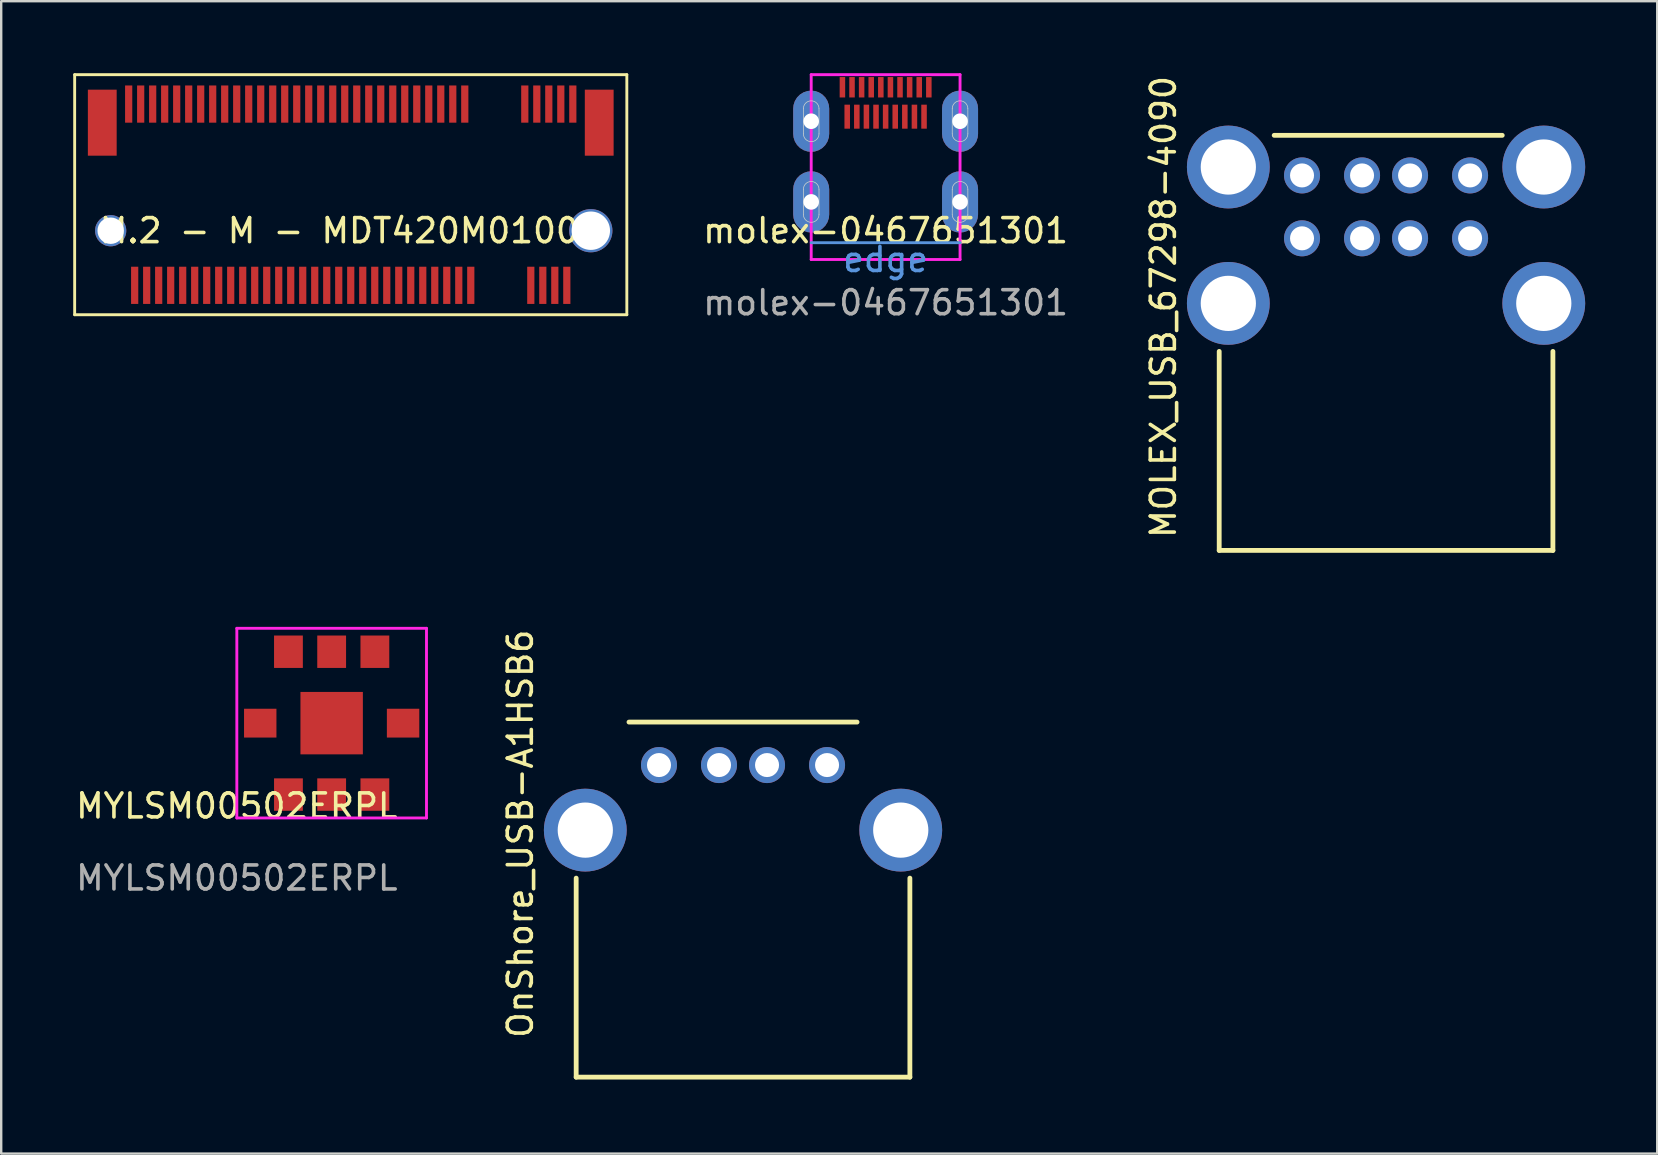
<source format=kicad_pcb>
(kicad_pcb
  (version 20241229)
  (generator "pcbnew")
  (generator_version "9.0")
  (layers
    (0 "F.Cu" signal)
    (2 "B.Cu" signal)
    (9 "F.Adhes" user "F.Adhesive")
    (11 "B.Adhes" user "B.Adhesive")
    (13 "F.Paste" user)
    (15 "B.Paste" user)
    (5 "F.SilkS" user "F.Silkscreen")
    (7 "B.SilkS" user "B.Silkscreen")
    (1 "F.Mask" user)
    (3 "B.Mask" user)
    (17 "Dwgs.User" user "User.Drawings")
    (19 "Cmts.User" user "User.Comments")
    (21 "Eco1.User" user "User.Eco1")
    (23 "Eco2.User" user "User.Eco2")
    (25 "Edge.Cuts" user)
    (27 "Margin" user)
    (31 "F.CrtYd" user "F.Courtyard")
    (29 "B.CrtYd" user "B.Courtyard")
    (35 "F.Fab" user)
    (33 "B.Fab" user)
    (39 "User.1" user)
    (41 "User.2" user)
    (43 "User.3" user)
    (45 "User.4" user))
  (footprint "OnShore_USB-A1HSB6"
    (layer "F.Cu")
    (at 27.9 31.528)
    (property "Reference" "OnShore_USB-A1HSB6" (at -9.275 0.15 90) (layer "F.SilkS") (effects (font (size 1.002 1.002) (thickness 0.15))))
    (attr through_hole)
    (fp_line (start -6.95 10.29) (end -6.95 2) (stroke (width 0.2) (type solid)) (layer "F.SilkS"))
    (fp_line (start -6.95 10.29) (end 6.95 10.29) (stroke (width 0.2) (type solid)) (layer "F.SilkS"))
    (fp_line (start -4.75 -4.5) (end 4.75 -4.5) (stroke (width 0.2) (type solid)) (layer "F.SilkS"))
    (fp_line (start 6.95 2) (end 6.95 10.29) (stroke (width 0.2) (type solid)) (layer "F.SilkS"))
    (fp_line (start -7.8 -1.25) (end -7.2 -1.25) (stroke (width 0.05) (type solid)) (layer "Eco1.User"))
    (fp_line (start -7.8 1.25) (end -7.8 -1.25) (stroke (width 0.05) (type solid)) (layer "Eco1.User"))
    (fp_line (start -7.2 -1.25) (end -7.2 -4.5) (stroke (width 0.05) (type solid)) (layer "Eco1.User"))
    (fp_line (start -7.2 1.25) (end -7.8 1.25) (stroke (width 0.05) (type solid)) (layer "Eco1.User"))
    (fp_line (start -7.2 10.45) (end -7.2 1.25) (stroke (width 0.05) (type solid)) (layer "Eco1.User"))
    (fp_line (start 7.2 -4.5) (end -7.2 -4.5) (stroke (width 0.05) (type solid)) (layer "Eco1.User"))
    (fp_line (start 7.2 -4.5) (end 7.2 -1.25) (stroke (width 0.05) (type solid)) (layer "Eco1.User"))
    (fp_line (start 7.2 -1.25) (end 7.8 -1.25) (stroke (width 0.05) (type solid)) (layer "Eco1.User"))
    (fp_line (start 7.2 1.25) (end 7.2 10.45) (stroke (width 0.05) (type solid)) (layer "Eco1.User"))
    (fp_line (start 7.2 10.45) (end -7.2 10.45) (stroke (width 0.05) (type solid)) (layer "Eco1.User"))
    (fp_line (start 7.8 -1.25) (end 7.8 1.25) (stroke (width 0.05) (type solid)) (layer "Eco1.User"))
    (fp_line (start 7.8 1.25) (end 7.2 1.25) (stroke (width 0.05) (type solid)) (layer "Eco1.User"))
    (pad "1" thru_hole circle (at -3.5 -2.71) (size 1.5 1.5) (drill 1) (layers "*.Cu" "*.Mask"))
    (pad "2" thru_hole circle (at -1 -2.71) (size 1.5 1.5) (drill 1) (layers "*.Cu" "*.Mask"))
    (pad "3" thru_hole circle (at 1 -2.71) (size 1.5 1.5) (drill 1) (layers "*.Cu" "*.Mask"))
    (pad "4" thru_hole circle (at 3.5 -2.71) (size 1.5 1.5) (drill 1) (layers "*.Cu" "*.Mask"))
    (pad "5" thru_hole circle (at -6.57 0) (size 3.45 3.45) (drill 2.3) (layers "*.Cu" "*.Mask"))
    (pad "5" thru_hole circle (at 6.57 0) (size 3.45 3.45) (drill 2.3) (layers "*.Cu" "*.Mask")))
  (footprint "MOLEX_USB_67298-4090"
    (layer "F.Cu")
    (at 54.685 9.587)
    (property "Reference" "MOLEX_USB_67298-4090" (at -9.275 0.15 90) (layer "F.SilkS") (effects (font (size 1.002 1.002) (thickness 0.15))))
    (attr through_hole)
    (fp_line (start -6.95 10.29) (end -6.95 2) (stroke (width 0.2) (type solid)) (layer "F.SilkS"))
    (fp_line (start -6.95 10.29) (end 6.95 10.29) (stroke (width 0.2) (type solid)) (layer "F.SilkS"))
    (fp_line (start -4.66 -7) (end 4.84 -7) (stroke (width 0.2) (type solid)) (layer "F.SilkS"))
    (fp_line (start 6.95 2) (end 6.95 10.29) (stroke (width 0.2) (type solid)) (layer "F.SilkS"))
    (fp_line (start -7.8 -7.25) (end 7.8 -7.25) (stroke (width 0.05) (type solid)) (layer "Eco1.User"))
    (fp_line (start -7.8 -4.5) (end -7.8 -7.25) (stroke (width 0.05) (type solid)) (layer "Eco1.User"))
    (fp_line (start -7.8 -1.25) (end -7.2 -1.25) (stroke (width 0.05) (type solid)) (layer "Eco1.User"))
    (fp_line (start -7.8 1.25) (end -7.8 -1.25) (stroke (width 0.05) (type solid)) (layer "Eco1.User"))
    (fp_line (start -7.2 -4.5) (end -7.8 -4.5) (stroke (width 0.05) (type solid)) (layer "Eco1.User"))
    (fp_line (start -7.2 -1.25) (end -7.2 -4.5) (stroke (width 0.05) (type solid)) (layer "Eco1.User"))
    (fp_line (start -7.2 1.25) (end -7.8 1.25) (stroke (width 0.05) (type solid)) (layer "Eco1.User"))
    (fp_line (start -7.2 10.45) (end -7.2 1.25) (stroke (width 0.05) (type solid)) (layer "Eco1.User"))
    (fp_line (start 7.2 -4.5) (end 7.2 -1.25) (stroke (width 0.05) (type solid)) (layer "Eco1.User"))
    (fp_line (start 7.2 -1.25) (end 7.8 -1.25) (stroke (width 0.05) (type solid)) (layer "Eco1.User"))
    (fp_line (start 7.2 1.25) (end 7.2 10.45) (stroke (width 0.05) (type solid)) (layer "Eco1.User"))
    (fp_line (start 7.2 10.45) (end -7.2 10.45) (stroke (width 0.05) (type solid)) (layer "Eco1.User"))
    (fp_line (start 7.8 -7.25) (end 7.8 -4.5) (stroke (width 0.05) (type solid)) (layer "Eco1.User"))
    (fp_line (start 7.8 -4.5) (end 7.2 -4.5) (stroke (width 0.05) (type solid)) (layer "Eco1.User"))
    (fp_line (start 7.8 -1.25) (end 7.8 1.25) (stroke (width 0.05) (type solid)) (layer "Eco1.User"))
    (fp_line (start 7.8 1.25) (end 7.2 1.25) (stroke (width 0.05) (type solid)) (layer "Eco1.User"))
    (pad "1" thru_hole circle (at -3.5 -5.33) (size 1.5 1.5) (drill 1) (layers "*.Cu" "*.Mask"))
    (pad "2" thru_hole circle (at -1 -5.33) (size 1.5 1.5) (drill 1) (layers "*.Cu" "*.Mask"))
    (pad "3" thru_hole circle (at 1 -5.33) (size 1.5 1.5) (drill 1) (layers "*.Cu" "*.Mask"))
    (pad "4" thru_hole circle (at 3.5 -5.33) (size 1.5 1.5) (drill 1) (layers "*.Cu" "*.Mask"))
    (pad "5" thru_hole circle (at -3.5 -2.71) (size 1.5 1.5) (drill 1) (layers "*.Cu" "*.Mask"))
    (pad "6" thru_hole circle (at -1 -2.71) (size 1.5 1.5) (drill 1) (layers "*.Cu" "*.Mask"))
    (pad "7" thru_hole circle (at 1 -2.71) (size 1.5 1.5) (drill 1) (layers "*.Cu" "*.Mask"))
    (pad "8" thru_hole circle (at 3.5 -2.71) (size 1.5 1.5) (drill 1) (layers "*.Cu" "*.Mask"))
    (pad "MT1" thru_hole circle (at -6.57 0) (size 3.45 3.45) (drill 2.3) (layers "*.Cu" "*.Mask"))
    (pad "MT2" thru_hole circle (at 6.57 0) (size 3.45 3.45) (drill 2.3) (layers "*.Cu" "*.Mask"))
    (pad "MT3" thru_hole circle (at -6.57 -5.68) (size 3.45 3.45) (drill 2.3) (layers "*.Cu" "*.Mask"))
    (pad "MT4" thru_hole circle (at 6.57 -5.68) (size 3.45 3.45) (drill 2.3) (layers "*.Cu" "*.Mask")))
  (footprint "molex-0467651301"
    (layer "F.Cu")
    (at 33.84 7.06)
    (property "Reference" "molex-0467651301" (at 0 -0.5 0) (unlocked yes) (layer "F.SilkS") (effects (font (size 1 1) (thickness 0.15))))
    (fp_line (start -3.1 0) (end 3.1 0) (stroke (width 0.12) (type solid)) (layer "Cmts.User"))
    (fp_line (start -3.425 -5.585) (end -3.425 -4.535) (stroke (width 0.03) (type solid)) (layer "Edge.Cuts"))
    (fp_line (start -3.425 -2.225) (end -3.425 -1.175) (stroke (width 0.03) (type solid)) (layer "Edge.Cuts"))
    (fp_line (start -2.775 -4.535) (end -2.775 -5.585) (stroke (width 0.03) (type solid)) (layer "Edge.Cuts"))
    (fp_line (start -2.775 -1.175) (end -2.775 -2.225) (stroke (width 0.03) (type solid)) (layer "Edge.Cuts"))
    (fp_line (start 2.775 -5.585) (end 2.775 -4.535) (stroke (width 0.03) (type solid)) (layer "Edge.Cuts"))
    (fp_line (start 2.775 -2.225) (end 2.775 -1.175) (stroke (width 0.03) (type solid)) (layer "Edge.Cuts"))
    (fp_line (start 3.425 -4.535) (end 3.425 -5.585) (stroke (width 0.03) (type solid)) (layer "Edge.Cuts"))
    (fp_line (start 3.425 -1.175) (end 3.425 -2.225) (stroke (width 0.03) (type solid)) (layer "Edge.Cuts"))
    (fp_arc (start -3.425 -5.585) (mid -3.1 -5.91) (end -2.775 -5.585) (stroke (width 0.03) (type solid)) (layer "Edge.Cuts"))
    (fp_arc (start -3.425 -2.225) (mid -3.1 -2.55) (end -2.775 -2.225) (stroke (width 0.03) (type solid)) (layer "Edge.Cuts"))
    (fp_arc (start -2.775 -4.535) (mid -3.1 -4.21) (end -3.425 -4.535) (stroke (width 0.03) (type solid)) (layer "Edge.Cuts"))
    (fp_arc (start -2.775 -1.175) (mid -3.1 -0.85) (end -3.425 -1.175) (stroke (width 0.03) (type solid)) (layer "Edge.Cuts"))
    (fp_arc (start 2.775 -5.585) (mid 3.1 -5.91) (end 3.425 -5.585) (stroke (width 0.03) (type solid)) (layer "Edge.Cuts"))
    (fp_arc (start 2.775 -2.225) (mid 3.1 -2.55) (end 3.425 -2.225) (stroke (width 0.03) (type solid)) (layer "Edge.Cuts"))
    (fp_arc (start 3.425 -4.535) (mid 3.1 -4.21) (end 2.775 -4.535) (stroke (width 0.03) (type solid)) (layer "Edge.Cuts"))
    (fp_arc (start 3.425 -1.175) (mid 3.1 -0.85) (end 2.775 -1.175) (stroke (width 0.03) (type solid)) (layer "Edge.Cuts"))
    (fp_line (start -3.1 -7) (end -3.1 0.7) (stroke (width 0.12) (type solid)) (layer "F.CrtYd"))
    (fp_line (start -3.1 0.7) (end 3.1 0.7) (stroke (width 0.12) (type solid)) (layer "F.CrtYd"))
    (fp_line (start 3.1 -7) (end -3.1 -7) (stroke (width 0.12) (type solid)) (layer "F.CrtYd"))
    (fp_line (start 3.1 0.7) (end 3.1 -7) (stroke (width 0.12) (type solid)) (layer "F.CrtYd"))
    (fp_text user "edge" (at 0 0.7 0) (unlocked yes) (layer "Cmts.User") (effects (font (size 1 1) (thickness 0.15))))
    (fp_text user "${REFERENCE}" (at 0 2.5 0) (unlocked yes) (layer "F.Fab") (effects (font (size 1 1) (thickness 0.15))))
    (pad "1" smd rect (at 1.8 -6.475) (size 0.23 0.85) (layers "F.Cu" "F.Mask" "F.Paste"))
    (pad "2" smd rect (at 1.6 -5.25) (size 0.23 1) (layers "F.Cu" "F.Mask" "F.Paste"))
    (pad "3" smd rect (at 1.4 -6.475) (size 0.23 0.85) (layers "F.Cu" "F.Mask" "F.Paste"))
    (pad "4" smd rect (at 1.2 -5.25) (size 0.23 1) (layers "F.Cu" "F.Mask" "F.Paste"))
    (pad "5" smd rect (at 1 -6.475) (size 0.23 0.85) (layers "F.Cu" "F.Mask" "F.Paste"))
    (pad "6" smd rect (at 0.8 -5.25) (size 0.23 1) (layers "F.Cu" "F.Mask" "F.Paste"))
    (pad "7" smd rect (at 0.6 -6.475) (size 0.23 0.85) (layers "F.Cu" "F.Mask" "F.Paste"))
    (pad "8" smd rect (at 0.4 -5.25) (size 0.23 1) (layers "F.Cu" "F.Mask" "F.Paste"))
    (pad "9" smd rect (at 0.2 -6.475) (size 0.23 0.85) (layers "F.Cu" "F.Mask" "F.Paste"))
    (pad "10" smd rect (at 0 -5.25) (size 0.23 1) (layers "F.Cu" "F.Mask" "F.Paste"))
    (pad "11" smd rect (at -0.2 -6.475) (size 0.23 0.85) (layers "F.Cu" "F.Mask" "F.Paste"))
    (pad "12" smd rect (at -0.4 -5.25) (size 0.23 1) (layers "F.Cu" "F.Mask" "F.Paste"))
    (pad "13" smd rect (at -0.6 -6.475) (size 0.23 0.85) (layers "F.Cu" "F.Mask" "F.Paste"))
    (pad "14" smd rect (at -0.8 -5.25) (size 0.23 1) (layers "F.Cu" "F.Mask" "F.Paste"))
    (pad "15" smd rect (at -1 -6.475) (size 0.23 0.85) (layers "F.Cu" "F.Mask" "F.Paste"))
    (pad "16" smd rect (at -1.2 -5.25) (size 0.23 1) (layers "F.Cu" "F.Mask" "F.Paste"))
    (pad "17" smd rect (at -1.4 -6.475) (size 0.23 0.85) (layers "F.Cu" "F.Mask" "F.Paste"))
    (pad "18" smd rect (at -1.6 -5.25) (size 0.23 1) (layers "F.Cu" "F.Mask" "F.Paste"))
    (pad "19" smd rect (at -1.8 -6.475) (size 0.23 0.85) (layers "F.Cu" "F.Mask" "F.Paste"))
    (pad "SHLD" thru_hole roundrect (at -3.1 -5.06) (size 1.5 2.55) (drill 0.65) (layers "*.Cu" "*.Mask") (roundrect_rratio 0.5))
    (pad "SHLD" thru_hole roundrect (at -3.1 -1.7) (size 1.5 2.55) (drill 0.65) (layers "*.Cu" "*.Mask") (roundrect_rratio 0.5))
    (pad "SHLD" thru_hole roundrect (at 3.1 -5.06) (size 1.5 2.55) (drill 0.65) (layers "*.Cu" "*.Mask") (roundrect_rratio 0.5))
    (pad "SHLD" thru_hole roundrect (at 3.1 -1.7) (size 1.5 2.55) (drill 0.65) (layers "*.Cu" "*.Mask") (roundrect_rratio 0.5)))
  (footprint "M.2 - M - MDT420M01002"
    (layer "F.Cu")
    (at 11.56 6.56)
    (property "Reference" "M.2 - M - MDT420M01002" (at 0 0 0) (layer "F.SilkS") (effects (font (size 1 1) (thickness 0.15))))
    (fp_line (start -11.5 -6.5) (end 11.5 -6.5) (stroke (width 0.12) (type solid)) (layer "F.SilkS"))
    (fp_line (start -11.5 3.5) (end -11.5 -6.5) (stroke (width 0.12) (type solid)) (layer "F.SilkS"))
    (fp_line (start 11.5 -6.5) (end 11.5 3.5) (stroke (width 0.12) (type solid)) (layer "F.SilkS"))
    (fp_line (start 11.5 3.5) (end -11.5 3.5) (stroke (width 0.12) (type solid)) (layer "F.SilkS"))
    (pad "" smd rect (at -10.35 -4.5) (size 1.2 2.75) (layers "F.Cu" "F.Mask" "F.Paste"))
    (pad "" np_thru_hole circle (at -10 0) (size 1.3 1.3) (drill 1.1) (layers "*.Cu" "*.Mask"))
    (pad "" np_thru_hole circle (at 10 0) (size 1.8 1.8) (drill 1.6) (layers "*.Cu" "*.Mask"))
    (pad "" smd rect (at 10.35 -4.5) (size 1.2 2.75) (layers "F.Cu" "F.Mask" "F.Paste"))
    (pad "1" smd rect (at -9.25 -5.275) (size 0.3 1.55) (layers "F.Cu" "F.Mask" "F.Paste"))
    (pad "2" smd rect (at -9 2.275) (size 0.3 1.55) (layers "F.Cu" "F.Mask" "F.Paste"))
    (pad "3" smd rect (at -8.75 -5.275) (size 0.3 1.55) (layers "F.Cu" "F.Mask" "F.Paste"))
    (pad "4" smd rect (at -8.5 2.275) (size 0.3 1.55) (layers "F.Cu" "F.Mask" "F.Paste"))
    (pad "5" smd rect (at -8.25 -5.275) (size 0.3 1.55) (layers "F.Cu" "F.Mask" "F.Paste"))
    (pad "6" smd rect (at -8 2.275) (size 0.3 1.55) (layers "F.Cu" "F.Mask" "F.Paste"))
    (pad "7" smd rect (at -7.75 -5.275) (size 0.3 1.55) (layers "F.Cu" "F.Mask" "F.Paste"))
    (pad "8" smd rect (at -7.5 2.275) (size 0.3 1.55) (layers "F.Cu" "F.Mask" "F.Paste"))
    (pad "9" smd rect (at -7.25 -5.275) (size 0.3 1.55) (layers "F.Cu" "F.Mask" "F.Paste"))
    (pad "10" smd rect (at -7 2.275) (size 0.3 1.55) (layers "F.Cu" "F.Mask" "F.Paste"))
    (pad "11" smd rect (at -6.75 -5.275) (size 0.3 1.55) (layers "F.Cu" "F.Mask" "F.Paste"))
    (pad "12" smd rect (at -6.5 2.275) (size 0.3 1.55) (layers "F.Cu" "F.Mask" "F.Paste"))
    (pad "13" smd rect (at -6.25 -5.275) (size 0.3 1.55) (layers "F.Cu" "F.Mask" "F.Paste"))
    (pad "14" smd rect (at -6 2.275) (size 0.3 1.55) (layers "F.Cu" "F.Mask" "F.Paste"))
    (pad "15" smd rect (at -5.75 -5.275) (size 0.3 1.55) (layers "F.Cu" "F.Mask" "F.Paste"))
    (pad "16" smd rect (at -5.5 2.275) (size 0.3 1.55) (layers "F.Cu" "F.Mask" "F.Paste"))
    (pad "17" smd rect (at -5.25 -5.275) (size 0.3 1.55) (layers "F.Cu" "F.Mask" "F.Paste"))
    (pad "18" smd rect (at -5 2.275) (size 0.3 1.55) (layers "F.Cu" "F.Mask" "F.Paste"))
    (pad "19" smd rect (at -4.75 -5.275) (size 0.3 1.55) (layers "F.Cu" "F.Mask" "F.Paste"))
    (pad "20" smd rect (at -4.5 2.275) (size 0.3 1.55) (layers "F.Cu" "F.Mask" "F.Paste"))
    (pad "21" smd rect (at -4.25 -5.275) (size 0.3 1.55) (layers "F.Cu" "F.Mask" "F.Paste"))
    (pad "22" smd rect (at -4 2.275) (size 0.3 1.55) (layers "F.Cu" "F.Mask" "F.Paste"))
    (pad "23" smd rect (at -3.75 -5.275) (size 0.3 1.55) (layers "F.Cu" "F.Mask" "F.Paste"))
    (pad "24" smd rect (at -3.5 2.275) (size 0.3 1.55) (layers "F.Cu" "F.Mask" "F.Paste"))
    (pad "25" smd rect (at -3.25 -5.275) (size 0.3 1.55) (layers "F.Cu" "F.Mask" "F.Paste"))
    (pad "26" smd rect (at -3 2.275) (size 0.3 1.55) (layers "F.Cu" "F.Mask" "F.Paste"))
    (pad "27" smd rect (at -2.75 -5.275) (size 0.3 1.55) (layers "F.Cu" "F.Mask" "F.Paste"))
    (pad "28" smd rect (at -2.5 2.275) (size 0.3 1.55) (layers "F.Cu" "F.Mask" "F.Paste"))
    (pad "29" smd rect (at -2.25 -5.275) (size 0.3 1.55) (layers "F.Cu" "F.Mask" "F.Paste"))
    (pad "30" smd rect (at -2 2.275) (size 0.3 1.55) (layers "F.Cu" "F.Mask" "F.Paste"))
    (pad "31" smd rect (at -1.75 -5.275) (size 0.3 1.55) (layers "F.Cu" "F.Mask" "F.Paste"))
    (pad "32" smd rect (at -1.5 2.275) (size 0.3 1.55) (layers "F.Cu" "F.Mask" "F.Paste"))
    (pad "33" smd rect (at -1.25 -5.275) (size 0.3 1.55) (layers "F.Cu" "F.Mask" "F.Paste"))
    (pad "34" smd rect (at -1 2.275) (size 0.3 1.55) (layers "F.Cu" "F.Mask" "F.Paste"))
    (pad "35" smd rect (at -0.75 -5.275) (size 0.3 1.55) (layers "F.Cu" "F.Mask" "F.Paste"))
    (pad "36" smd rect (at -0.5 2.275) (size 0.3 1.55) (layers "F.Cu" "F.Mask" "F.Paste"))
    (pad "37" smd rect (at -0.25 -5.275) (size 0.3 1.55) (layers "F.Cu" "F.Mask" "F.Paste"))
    (pad "38" smd rect (at 0 2.275) (size 0.3 1.55) (layers "F.Cu" "F.Mask" "F.Paste"))
    (pad "39" smd rect (at 0.25 -5.275) (size 0.3 1.55) (layers "F.Cu" "F.Mask" "F.Paste"))
    (pad "40" smd rect (at 0.5 2.275) (size 0.3 1.55) (layers "F.Cu" "F.Mask" "F.Paste"))
    (pad "41" smd rect (at 0.75 -5.275) (size 0.3 1.55) (layers "F.Cu" "F.Mask" "F.Paste"))
    (pad "42" smd rect (at 1 2.275) (size 0.3 1.55) (layers "F.Cu" "F.Mask" "F.Paste"))
    (pad "43" smd rect (at 1.25 -5.275) (size 0.3 1.55) (layers "F.Cu" "F.Mask" "F.Paste"))
    (pad "44" smd rect (at 1.5 2.275) (size 0.3 1.55) (layers "F.Cu" "F.Mask" "F.Paste"))
    (pad "45" smd rect (at 1.75 -5.275) (size 0.3 1.55) (layers "F.Cu" "F.Mask" "F.Paste"))
    (pad "46" smd rect (at 2 2.275) (size 0.3 1.55) (layers "F.Cu" "F.Mask" "F.Paste"))
    (pad "47" smd rect (at 2.25 -5.275) (size 0.3 1.55) (layers "F.Cu" "F.Mask" "F.Paste"))
    (pad "48" smd rect (at 2.5 2.275) (size 0.3 1.55) (layers "F.Cu" "F.Mask" "F.Paste"))
    (pad "49" smd rect (at 2.75 -5.275) (size 0.3 1.55) (layers "F.Cu" "F.Mask" "F.Paste"))
    (pad "50" smd rect (at 3 2.275) (size 0.3 1.55) (layers "F.Cu" "F.Mask" "F.Paste"))
    (pad "51" smd rect (at 3.25 -5.275) (size 0.3 1.55) (layers "F.Cu" "F.Mask" "F.Paste"))
    (pad "52" smd rect (at 3.5 2.275) (size 0.3 1.55) (layers "F.Cu" "F.Mask" "F.Paste"))
    (pad "53" smd rect (at 3.75 -5.275) (size 0.3 1.55) (layers "F.Cu" "F.Mask" "F.Paste"))
    (pad "54" smd rect (at 4 2.275) (size 0.3 1.55) (layers "F.Cu" "F.Mask" "F.Paste"))
    (pad "55" smd rect (at 4.25 -5.275) (size 0.3 1.55) (layers "F.Cu" "F.Mask" "F.Paste"))
    (pad "56" smd rect (at 4.5 2.275) (size 0.3 1.55) (layers "F.Cu" "F.Mask" "F.Paste"))
    (pad "57" smd rect (at 4.75 -5.275) (size 0.3 1.55) (layers "F.Cu" "F.Mask" "F.Paste"))
    (pad "58" smd rect (at 5 2.275) (size 0.3 1.55) (layers "F.Cu" "F.Mask" "F.Paste"))
    (pad "67" smd rect (at 7.25 -5.275) (size 0.3 1.55) (layers "F.Cu" "F.Mask" "F.Paste"))
    (pad "68" smd rect (at 7.5 2.275) (size 0.3 1.55) (layers "F.Cu" "F.Mask" "F.Paste"))
    (pad "69" smd rect (at 7.75 -5.275) (size 0.3 1.55) (layers "F.Cu" "F.Mask" "F.Paste"))
    (pad "70" smd rect (at 8 2.275) (size 0.3 1.55) (layers "F.Cu" "F.Mask" "F.Paste"))
    (pad "71" smd rect (at 8.25 -5.275) (size 0.3 1.55) (layers "F.Cu" "F.Mask" "F.Paste"))
    (pad "72" smd rect (at 8.5 2.275) (size 0.3 1.55) (layers "F.Cu" "F.Mask" "F.Paste"))
    (pad "73" smd rect (at 8.75 -5.275) (size 0.3 1.55) (layers "F.Cu" "F.Mask" "F.Paste"))
    (pad "74" smd rect (at 9 2.275) (size 0.3 1.55) (layers "F.Cu" "F.Mask" "F.Paste"))
    (pad "75" smd rect (at 9.25 -5.275) (size 0.3 1.55) (layers "F.Cu" "F.Mask" "F.Paste")))
  (footprint "MYLSM00502ERPL"
    (layer "F.Cu")
    (at 6.815 31.022)
    (property "Reference" "MYLSM00502ERPL" (at 0 -0.5 0) (unlocked yes) (layer "F.SilkS") (effects (font (size 1 1) (thickness 0.15))))
    (fp_line (start 0 -7.9) (end 7.9 -7.9) (stroke (width 0.12) (type solid)) (layer "F.CrtYd"))
    (fp_line (start 0 0) (end 0 -7.9) (stroke (width 0.12) (type solid)) (layer "F.CrtYd"))
    (fp_line (start 7.9 -7.9) (end 7.9 0) (stroke (width 0.12) (type solid)) (layer "F.CrtYd"))
    (fp_line (start 7.9 0) (end 0 0) (stroke (width 0.12) (type solid)) (layer "F.CrtYd"))
    (fp_text user "${REFERENCE}" (at 0 2.5 0) (unlocked yes) (layer "F.Fab") (effects (font (size 1 1) (thickness 0.15))))
    (pad "1" smd rect (at 2.15 -0.975) (size 1.2 1.35) (layers "F.Cu" "F.Mask" "F.Paste"))
    (pad "2" smd rect (at 3.95 -0.975) (size 1.2 1.35) (layers "F.Cu" "F.Mask" "F.Paste"))
    (pad "3" smd rect (at 5.75 -0.975) (size 1.2 1.35) (layers "F.Cu" "F.Mask" "F.Paste"))
    (pad "4" smd rect (at 6.925 -3.95) (size 1.35 1.2) (layers "F.Cu" "F.Mask" "F.Paste"))
    (pad "5" smd rect (at 5.75 -6.925) (size 1.2 1.35) (layers "F.Cu" "F.Mask" "F.Paste"))
    (pad "6" smd rect (at 3.95 -6.925) (size 1.2 1.35) (layers "F.Cu" "F.Mask" "F.Paste"))
    (pad "7" smd rect (at 2.15 -6.925) (size 1.2 1.35) (layers "F.Cu" "F.Mask" "F.Paste"))
    (pad "8" smd rect (at 0.975 -3.95) (size 1.35 1.2) (layers "F.Cu" "F.Mask" "F.Paste"))
    (pad "9" smd rect (at 3.95 -3.95) (size 2.6 2.6) (layers "F.Cu" "F.Mask" "F.Paste")))
  (gr_rect
    (start -3 -3)
    (end 65.98 45.003)
    (stroke (width 0.1) (type default))
    (fill no)
    (layer "Edge.Cuts")))
</source>
